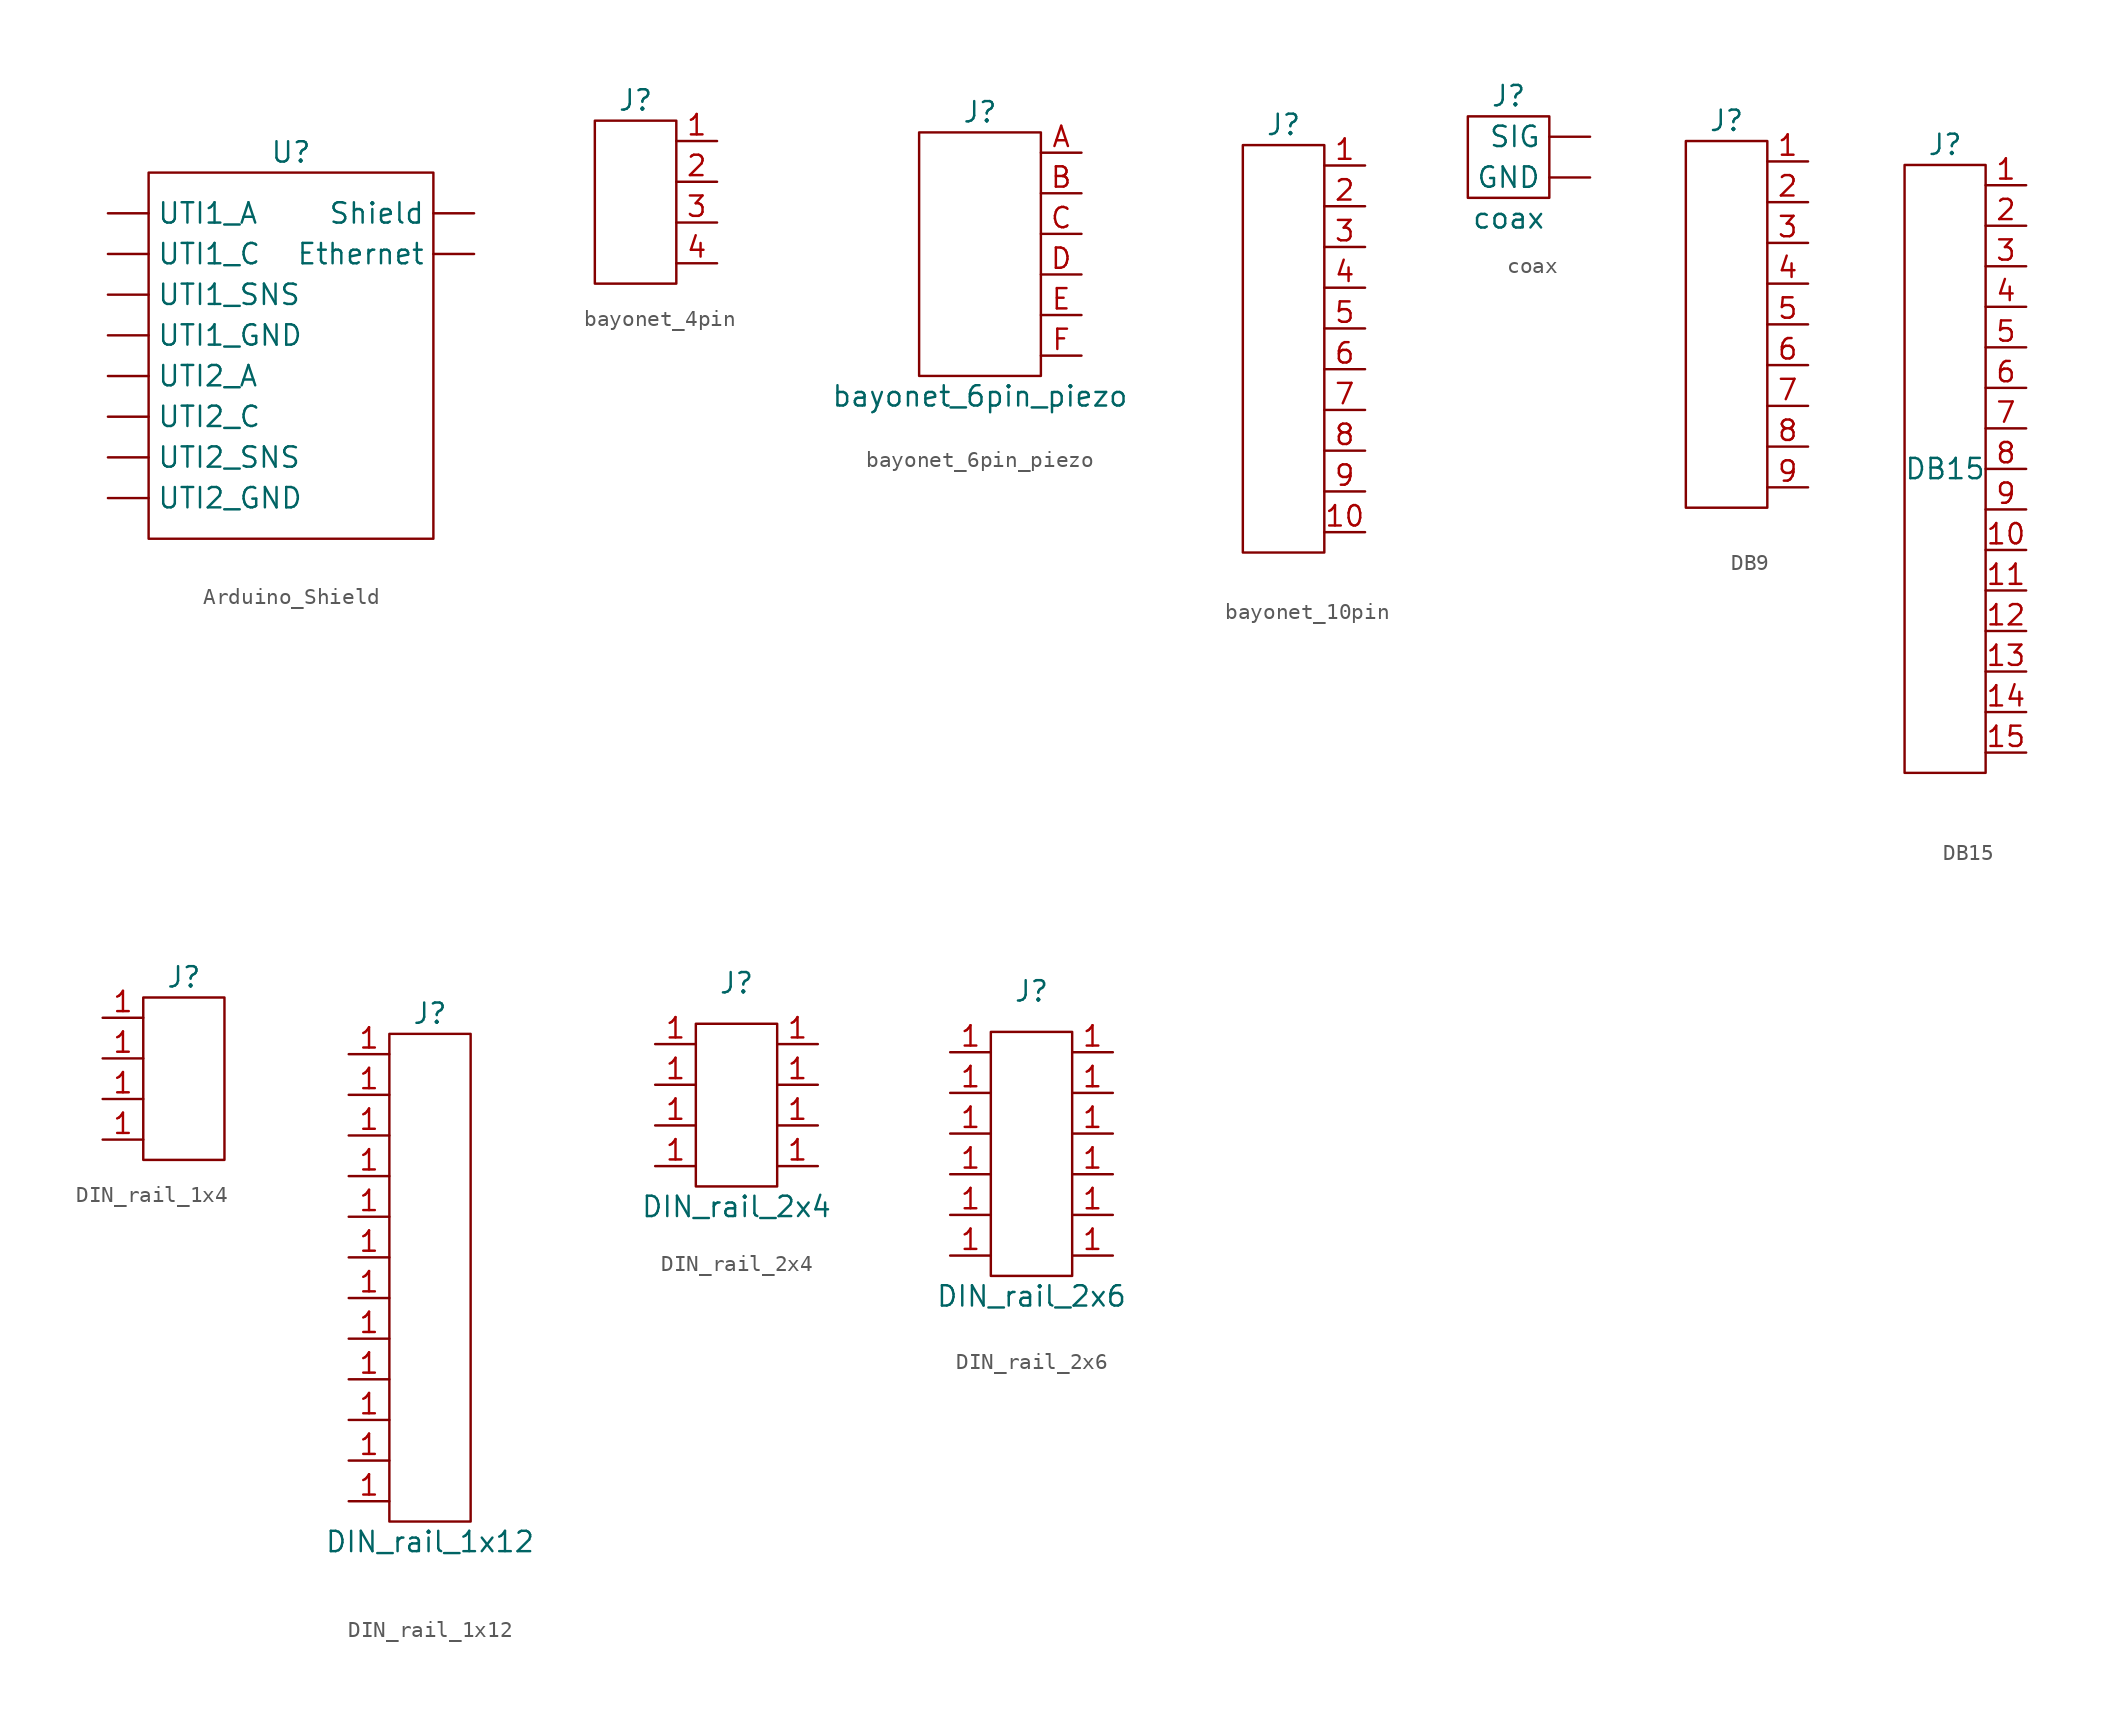
<source format=kicad_sym>
(kicad_symbol_lib
  (version 20220914)
  (generator kicad_symbol_editor)
  (symbol "Arduino_Shield"
    (property "Reference" "U"
      (at 0 12.7 0)
      (effects (font (size 1.27 1.27))))
    (property "Value" ""
      (at -1.27 15.24 0)
      (effects (font (size 1.27 1.27))))
    (symbol "Arduino_Shield_0_1"
      (rectangle (start -8.89 11.43) (end 8.89 -11.43) (stroke (width 0) (type default)) (fill (type none))))
    (symbol "Arduino_Shield_1_1"
      (pin passive line (at 11.43 6.35 180) (length 2.54) (name "Ethernet" (effects (font (size 1.27 1.27)))) (number "" (effects (font (size 1.27 1.27)))))
      (pin passive line (at 11.43 8.89 180) (length 2.54) (name "Shield" (effects (font (size 1.27 1.27)))) (number "" (effects (font (size 1.27 1.27)))))
      (pin passive line (at -11.43 8.89 0) (length 2.54) (name "UTI1_A" (effects (font (size 1.27 1.27)))) (number "" (effects (font (size 1.27 1.27)))))
      (pin passive line (at -11.43 6.35 0) (length 2.54) (name "UTI1_C" (effects (font (size 1.27 1.27)))) (number "" (effects (font (size 1.27 1.27)))))
      (pin passive line (at -11.43 1.27 0) (length 2.54) (name "UTI1_GND" (effects (font (size 1.27 1.27)))) (number "" (effects (font (size 1.27 1.27)))))
      (pin passive line (at -11.43 3.81 0) (length 2.54) (name "UTI1_SNS" (effects (font (size 1.27 1.27)))) (number "" (effects (font (size 1.27 1.27)))))
      (pin passive line (at -11.43 -1.27 0) (length 2.54) (name "UTI2_A" (effects (font (size 1.27 1.27)))) (number "" (effects (font (size 1.27 1.27)))))
      (pin passive line (at -11.43 -3.81 0) (length 2.54) (name "UTI2_C" (effects (font (size 1.27 1.27)))) (number "" (effects (font (size 1.27 1.27)))))
      (pin passive line (at -11.43 -8.89 0) (length 2.54) (name "UTI2_GND" (effects (font (size 1.27 1.27)))) (number "" (effects (font (size 1.27 1.27)))))
      (pin passive line (at -11.43 -6.35 0) (length 2.54) (name "UTI2_SNS" (effects (font (size 1.27 1.27)))) (number "" (effects (font (size 1.27 1.27)))))))
  (symbol "bayonet_4pin"
    (property "Reference" "J"
      (at 0 6.35 0)
      (effects (font (size 1.27 1.27))))
    (property "Value" ""
      (at 1.27 5.08 0)
      (effects (font (size 1.27 1.27))))
    (symbol "bayonet_4pin_0_1"
      (rectangle (start -2.54 5.08) (end 2.54 -5.08) (stroke (width 0) (type default)) (fill (type none))))
    (symbol "bayonet_4pin_1_1"
      (pin passive line (at 5.08 3.81 180) (length 2.54) (name "" (effects (font (size 1.27 1.27)))) (number "1" (effects (font (size 1.27 1.27)))))
      (pin passive line (at 5.08 1.27 180) (length 2.54) (name "" (effects (font (size 1.27 1.27)))) (number "2" (effects (font (size 1.27 1.27)))))
      (pin passive line (at 5.08 -1.27 180) (length 2.54) (name "" (effects (font (size 1.27 1.27)))) (number "3" (effects (font (size 1.27 1.27)))))
      (pin passive line (at 5.08 -3.81 180) (length 2.54) (name "" (effects (font (size 1.27 1.27)))) (number "4" (effects (font (size 1.27 1.27)))))))
  (symbol "bayonet_6pin_piezo"
    (property "Reference" "J"
      (at 0 8.89 0)
      (effects (font (size 1.27 1.27))))
    (property "Value" "bayonet_6pin_piezo"
      (at 0 -8.89 0)
      (effects (font (size 1.27 1.27))))
    (symbol "bayonet_6pin_piezo_0_1"
      (rectangle (start -3.81 7.62) (end 3.81 -7.62) (stroke (width 0) (type default)) (fill (type none))))
    (symbol "bayonet_6pin_piezo_1_1"
      (pin passive line (at 6.35 6.35 180) (length 2.54) (name "" (effects (font (size 1.27 1.27)))) (number "A" (effects (font (size 1.27 1.27)))))
      (pin passive line (at 6.35 3.81 180) (length 2.54) (name "" (effects (font (size 1.27 1.27)))) (number "B" (effects (font (size 1.27 1.27)))))
      (pin passive line (at 6.35 1.27 180) (length 2.54) (name "" (effects (font (size 1.27 1.27)))) (number "C" (effects (font (size 1.27 1.27)))))
      (pin passive line (at 6.35 -1.27 180) (length 2.54) (name "" (effects (font (size 1.27 1.27)))) (number "D" (effects (font (size 1.27 1.27)))))
      (pin passive line (at 6.35 -3.81 180) (length 2.54) (name "" (effects (font (size 1.27 1.27)))) (number "E" (effects (font (size 1.27 1.27)))))
      (pin passive line (at 6.35 -6.35 180) (length 2.54) (name "" (effects (font (size 1.27 1.27)))) (number "F" (effects (font (size 1.27 1.27)))))))
  (symbol "bayonet_10pin"
    (property "Reference" "J"
      (at 0 13.97 0)
      (effects (font (size 1.27 1.27))))
    (property "Value" ""
      (at 0 13.97 0)
      (effects (font (size 1.27 1.27))))
    (symbol "bayonet_10pin_0_1"
      (rectangle (start -2.54 12.7) (end 2.54 -12.7) (stroke (width 0) (type default)) (fill (type none))))
    (symbol "bayonet_10pin_1_1"
      (pin passive line (at 5.08 11.43 180) (length 2.54) (name "" (effects (font (size 1.27 1.27)))) (number "1" (effects (font (size 1.27 1.27)))))
      (pin passive line (at 5.08 -11.43 180) (length 2.54) (name "" (effects (font (size 1.27 1.27)))) (number "10" (effects (font (size 1.27 1.27)))))
      (pin passive line (at 5.08 8.89 180) (length 2.54) (name "" (effects (font (size 1.27 1.27)))) (number "2" (effects (font (size 1.27 1.27)))))
      (pin passive line (at 5.08 6.35 180) (length 2.54) (name "" (effects (font (size 1.27 1.27)))) (number "3" (effects (font (size 1.27 1.27)))))
      (pin passive line (at 5.08 3.81 180) (length 2.54) (name "" (effects (font (size 1.27 1.27)))) (number "4" (effects (font (size 1.27 1.27)))))
      (pin passive line (at 5.08 1.27 180) (length 2.54) (name "" (effects (font (size 1.27 1.27)))) (number "5" (effects (font (size 1.27 1.27)))))
      (pin passive line (at 5.08 -1.27 180) (length 2.54) (name "" (effects (font (size 1.27 1.27)))) (number "6" (effects (font (size 1.27 1.27)))))
      (pin passive line (at 5.08 -3.81 180) (length 2.54) (name "" (effects (font (size 1.27 1.27)))) (number "7" (effects (font (size 1.27 1.27)))))
      (pin passive line (at 5.08 -6.35 180) (length 2.54) (name "" (effects (font (size 1.27 1.27)))) (number "8" (effects (font (size 1.27 1.27)))))
      (pin passive line (at 5.08 -8.89 180) (length 2.54) (name "" (effects (font (size 1.27 1.27)))) (number "9" (effects (font (size 1.27 1.27)))))))
  (symbol "coax"
    (property "Reference" "J"
      (at 0 3.81 0)
      (effects (font (size 1.27 1.27))))
    (property "Value" "coax"
      (at 0 -3.81 0)
      (effects (font (size 1.27 1.27))))
    (symbol "coax_0_1"
      (rectangle (start -2.54 2.54) (end 2.54 -2.54) (stroke (width 0) (type default)) (fill (type none))))
    (symbol "coax_1_1"
      (pin input line (at 5.08 -1.27 180) (length 2.54) (name "GND" (effects (font (size 1.27 1.27)))) (number "" (effects (font (size 1.27 1.27)))))
      (pin input line (at 5.08 1.27 180) (length 2.54) (name "SIG" (effects (font (size 1.27 1.27)))) (number "" (effects (font (size 1.27 1.27)))))))
  (symbol "DB9"
    (property "Reference" "J"
      (at 0 12.7 0)
      (effects (font (size 1.27 1.27))))
    (property "Value" ""
      (at 0 12.7 0)
      (effects (font (size 1.27 1.27))))
    (symbol "DB9_0_1"
      (rectangle (start -2.54 11.43) (end 2.54 -11.43) (stroke (width 0) (type default)) (fill (type none))))
    (symbol "DB9_1_1"
      (pin passive line (at 5.08 10.16 180) (length 2.54) (name "" (effects (font (size 1.27 1.27)))) (number "1" (effects (font (size 1.27 1.27)))))
      (pin passive line (at 5.08 7.62 180) (length 2.54) (name "" (effects (font (size 1.27 1.27)))) (number "2" (effects (font (size 1.27 1.27)))))
      (pin passive line (at 5.08 5.08 180) (length 2.54) (name "" (effects (font (size 1.27 1.27)))) (number "3" (effects (font (size 1.27 1.27)))))
      (pin passive line (at 5.08 2.54 180) (length 2.54) (name "" (effects (font (size 1.27 1.27)))) (number "4" (effects (font (size 1.27 1.27)))))
      (pin passive line (at 5.08 0 180) (length 2.54) (name "" (effects (font (size 1.27 1.27)))) (number "5" (effects (font (size 1.27 1.27)))))
      (pin passive line (at 5.08 -2.54 180) (length 2.54) (name "" (effects (font (size 1.27 1.27)))) (number "6" (effects (font (size 1.27 1.27)))))
      (pin passive line (at 5.08 -5.08 180) (length 2.54) (name "" (effects (font (size 1.27 1.27)))) (number "7" (effects (font (size 1.27 1.27)))))
      (pin passive line (at 5.08 -7.62 180) (length 2.54) (name "" (effects (font (size 1.27 1.27)))) (number "8" (effects (font (size 1.27 1.27)))))
      (pin passive line (at 5.08 -10.16 180) (length 2.54) (name "" (effects (font (size 1.27 1.27)))) (number "9" (effects (font (size 1.27 1.27)))))))
  (symbol "DB15"
    (property "Reference" "J"
      (at 0 20.32 0)
      (effects (font (size 1.27 1.27))))
    (property "Value" "DB15"
      (at 0 0 0)
      (effects (font (size 1.27 1.27))))
    (symbol "DB15_0_1"
      (rectangle (start -2.54 19.05) (end 2.54 -19.05) (stroke (width 0) (type default)) (fill (type none))))
    (symbol "DB15_1_1"
      (pin passive line (at 5.08 17.78 180) (length 2.54) (name "" (effects (font (size 1.27 1.27)))) (number "1" (effects (font (size 1.27 1.27)))))
      (pin passive line (at 5.08 -5.08 180) (length 2.54) (name "" (effects (font (size 1.27 1.27)))) (number "10" (effects (font (size 1.27 1.27)))))
      (pin passive line (at 5.08 -7.62 180) (length 2.54) (name "" (effects (font (size 1.27 1.27)))) (number "11" (effects (font (size 1.27 1.27)))))
      (pin passive line (at 5.08 -10.16 180) (length 2.54) (name "" (effects (font (size 1.27 1.27)))) (number "12" (effects (font (size 1.27 1.27)))))
      (pin passive line (at 5.08 -12.7 180) (length 2.54) (name "" (effects (font (size 1.27 1.27)))) (number "13" (effects (font (size 1.27 1.27)))))
      (pin passive line (at 5.08 -15.24 180) (length 2.54) (name "" (effects (font (size 1.27 1.27)))) (number "14" (effects (font (size 1.27 1.27)))))
      (pin passive line (at 5.08 -17.78 180) (length 2.54) (name "" (effects (font (size 1.27 1.27)))) (number "15" (effects (font (size 1.27 1.27)))))
      (pin passive line (at 5.08 15.24 180) (length 2.54) (name "" (effects (font (size 1.27 1.27)))) (number "2" (effects (font (size 1.27 1.27)))))
      (pin passive line (at 5.08 12.7 180) (length 2.54) (name "" (effects (font (size 1.27 1.27)))) (number "3" (effects (font (size 1.27 1.27)))))
      (pin passive line (at 5.08 10.16 180) (length 2.54) (name "" (effects (font (size 1.27 1.27)))) (number "4" (effects (font (size 1.27 1.27)))))
      (pin passive line (at 5.08 7.62 180) (length 2.54) (name "" (effects (font (size 1.27 1.27)))) (number "5" (effects (font (size 1.27 1.27)))))
      (pin passive line (at 5.08 5.08 180) (length 2.54) (name "" (effects (font (size 1.27 1.27)))) (number "6" (effects (font (size 1.27 1.27)))))
      (pin passive line (at 5.08 2.54 180) (length 2.54) (name "" (effects (font (size 1.27 1.27)))) (number "7" (effects (font (size 1.27 1.27)))))
      (pin passive line (at 5.08 0 180) (length 2.54) (name "" (effects (font (size 1.27 1.27)))) (number "8" (effects (font (size 1.27 1.27)))))
      (pin passive line (at 5.08 -2.54 180) (length 2.54) (name "" (effects (font (size 1.27 1.27)))) (number "9" (effects (font (size 1.27 1.27)))))))
  (symbol "DIN_rail_1x4"
    (property "Reference" "J"
      (at 0 6.35 0)
      (effects (font (size 1.27 1.27))))
    (property "Value" ""
      (at -6.35 5.08 0)
      (effects (font (size 1.27 1.27))))
    (symbol "DIN_rail_1x4_0_1"
      (rectangle (start -2.54 5.08) (end 2.54 -5.08) (stroke (width 0) (type default)) (fill (type none))))
    (symbol "DIN_rail_1x4_1_1"
      (pin input line (at -5.08 -3.81 0) (length 2.54) (name "" (effects (font (size 1.27 1.27)))) (number "1" (effects (font (size 1.27 1.27)))))
      (pin input line (at -5.08 -1.27 0) (length 2.54) (name "" (effects (font (size 1.27 1.27)))) (number "1" (effects (font (size 1.27 1.27)))))
      (pin input line (at -5.08 1.27 0) (length 2.54) (name "" (effects (font (size 1.27 1.27)))) (number "1" (effects (font (size 1.27 1.27)))))
      (pin input line (at -5.08 3.81 0) (length 2.54) (name "" (effects (font (size 1.27 1.27)))) (number "1" (effects (font (size 1.27 1.27)))))))
  (symbol "DIN_rail_1x12"
    (property "Reference" "J"
      (at 0 16.51 0)
      (effects (font (size 1.27 1.27))))
    (property "Value" "DIN_rail_1x12"
      (at 0 -16.51 0)
      (effects (font (size 1.27 1.27))))
    (symbol "DIN_rail_1x12_0_1"
      (rectangle (start -2.54 15.24) (end 2.54 -15.24) (stroke (width 0) (type default)) (fill (type none))))
    (symbol "DIN_rail_1x12_1_1"
      (pin passive line (at -5.08 -13.97 0) (length 2.54) (name "" (effects (font (size 1.27 1.27)))) (number "1" (effects (font (size 1.27 1.27)))))
      (pin passive line (at -5.08 -11.43 0) (length 2.54) (name "" (effects (font (size 1.27 1.27)))) (number "1" (effects (font (size 1.27 1.27)))))
      (pin passive line (at -5.08 -8.89 0) (length 2.54) (name "" (effects (font (size 1.27 1.27)))) (number "1" (effects (font (size 1.27 1.27)))))
      (pin passive line (at -5.08 -6.35 0) (length 2.54) (name "" (effects (font (size 1.27 1.27)))) (number "1" (effects (font (size 1.27 1.27)))))
      (pin passive line (at -5.08 -3.81 0) (length 2.54) (name "" (effects (font (size 1.27 1.27)))) (number "1" (effects (font (size 1.27 1.27)))))
      (pin passive line (at -5.08 -1.27 0) (length 2.54) (name "" (effects (font (size 1.27 1.27)))) (number "1" (effects (font (size 1.27 1.27)))))
      (pin passive line (at -5.08 1.27 0) (length 2.54) (name "" (effects (font (size 1.27 1.27)))) (number "1" (effects (font (size 1.27 1.27)))))
      (pin passive line (at -5.08 3.81 0) (length 2.54) (name "" (effects (font (size 1.27 1.27)))) (number "1" (effects (font (size 1.27 1.27)))))
      (pin passive line (at -5.08 6.35 0) (length 2.54) (name "" (effects (font (size 1.27 1.27)))) (number "1" (effects (font (size 1.27 1.27)))))
      (pin passive line (at -5.08 8.89 0) (length 2.54) (name "" (effects (font (size 1.27 1.27)))) (number "1" (effects (font (size 1.27 1.27)))))
      (pin passive line (at -5.08 11.43 0) (length 2.54) (name "" (effects (font (size 1.27 1.27)))) (number "1" (effects (font (size 1.27 1.27)))))
      (pin passive line (at -5.08 13.97 0) (length 2.54) (name "" (effects (font (size 1.27 1.27)))) (number "1" (effects (font (size 1.27 1.27)))))))
  (symbol "DIN_rail_2x4"
    (property "Reference" "J"
      (at 0 7.62 0)
      (effects (font (size 1.27 1.27))))
    (property "Value" "DIN_rail_2x4"
      (at 0 -6.35 0)
      (effects (font (size 1.27 1.27))))
    (symbol "DIN_rail_2x4_0_1"
      (rectangle (start -2.54 5.08) (end 2.54 -5.08) (stroke (width 0) (type default)) (fill (type none))))
    (symbol "DIN_rail_2x4_1_1"
      (pin passive line (at -5.08 -3.81 0) (length 2.54) (name "" (effects (font (size 1.27 1.27)))) (number "1" (effects (font (size 1.27 1.27)))))
      (pin passive line (at -5.08 -1.27 0) (length 2.54) (name "" (effects (font (size 1.27 1.27)))) (number "1" (effects (font (size 1.27 1.27)))))
      (pin passive line (at -5.08 1.27 0) (length 2.54) (name "" (effects (font (size 1.27 1.27)))) (number "1" (effects (font (size 1.27 1.27)))))
      (pin passive line (at -5.08 3.81 0) (length 2.54) (name "" (effects (font (size 1.27 1.27)))) (number "1" (effects (font (size 1.27 1.27)))))
      (pin passive line (at 5.08 -3.81 180) (length 2.54) (name "" (effects (font (size 1.27 1.27)))) (number "1" (effects (font (size 1.27 1.27)))))
      (pin passive line (at 5.08 -1.27 180) (length 2.54) (name "" (effects (font (size 1.27 1.27)))) (number "1" (effects (font (size 1.27 1.27)))))
      (pin passive line (at 5.08 1.27 180) (length 2.54) (name "" (effects (font (size 1.27 1.27)))) (number "1" (effects (font (size 1.27 1.27)))))
      (pin passive line (at 5.08 3.81 180) (length 2.54) (name "" (effects (font (size 1.27 1.27)))) (number "1" (effects (font (size 1.27 1.27)))))))
  (symbol "DIN_rail_2x6"
    (property "Reference" "J"
      (at 0 10.16 0)
      (effects (font (size 1.27 1.27))))
    (property "Value" "DIN_rail_2x6"
      (at 0 -8.89 0)
      (effects (font (size 1.27 1.27))))
    (symbol "DIN_rail_2x6_0_1"
      (rectangle (start -2.54 7.62) (end 2.54 -7.62) (stroke (width 0) (type default)) (fill (type none))))
    (symbol "DIN_rail_2x6_1_1"
      (pin passive line (at -5.08 -6.35 0) (length 2.54) (name "" (effects (font (size 1.27 1.27)))) (number "1" (effects (font (size 1.27 1.27)))))
      (pin passive line (at -5.08 -3.81 0) (length 2.54) (name "" (effects (font (size 1.27 1.27)))) (number "1" (effects (font (size 1.27 1.27)))))
      (pin passive line (at -5.08 -1.27 0) (length 2.54) (name "" (effects (font (size 1.27 1.27)))) (number "1" (effects (font (size 1.27 1.27)))))
      (pin passive line (at -5.08 1.27 0) (length 2.54) (name "" (effects (font (size 1.27 1.27)))) (number "1" (effects (font (size 1.27 1.27)))))
      (pin passive line (at -5.08 3.81 0) (length 2.54) (name "" (effects (font (size 1.27 1.27)))) (number "1" (effects (font (size 1.27 1.27)))))
      (pin passive line (at -5.08 6.35 0) (length 2.54) (name "" (effects (font (size 1.27 1.27)))) (number "1" (effects (font (size 1.27 1.27)))))
      (pin passive line (at 5.08 -6.35 180) (length 2.54) (name "" (effects (font (size 1.27 1.27)))) (number "1" (effects (font (size 1.27 1.27)))))
      (pin passive line (at 5.08 -3.81 180) (length 2.54) (name "" (effects (font (size 1.27 1.27)))) (number "1" (effects (font (size 1.27 1.27)))))
      (pin passive line (at 5.08 -1.27 180) (length 2.54) (name "" (effects (font (size 1.27 1.27)))) (number "1" (effects (font (size 1.27 1.27)))))
      (pin passive line (at 5.08 1.27 180) (length 2.54) (name "" (effects (font (size 1.27 1.27)))) (number "1" (effects (font (size 1.27 1.27)))))
      (pin passive line (at 5.08 3.81 180) (length 2.54) (name "" (effects (font (size 1.27 1.27)))) (number "1" (effects (font (size 1.27 1.27)))))
      (pin passive line (at 5.08 6.35 180) (length 2.54) (name "" (effects (font (size 1.27 1.27)))) (number "1" (effects (font (size 1.27 1.27))))))))
</source>
